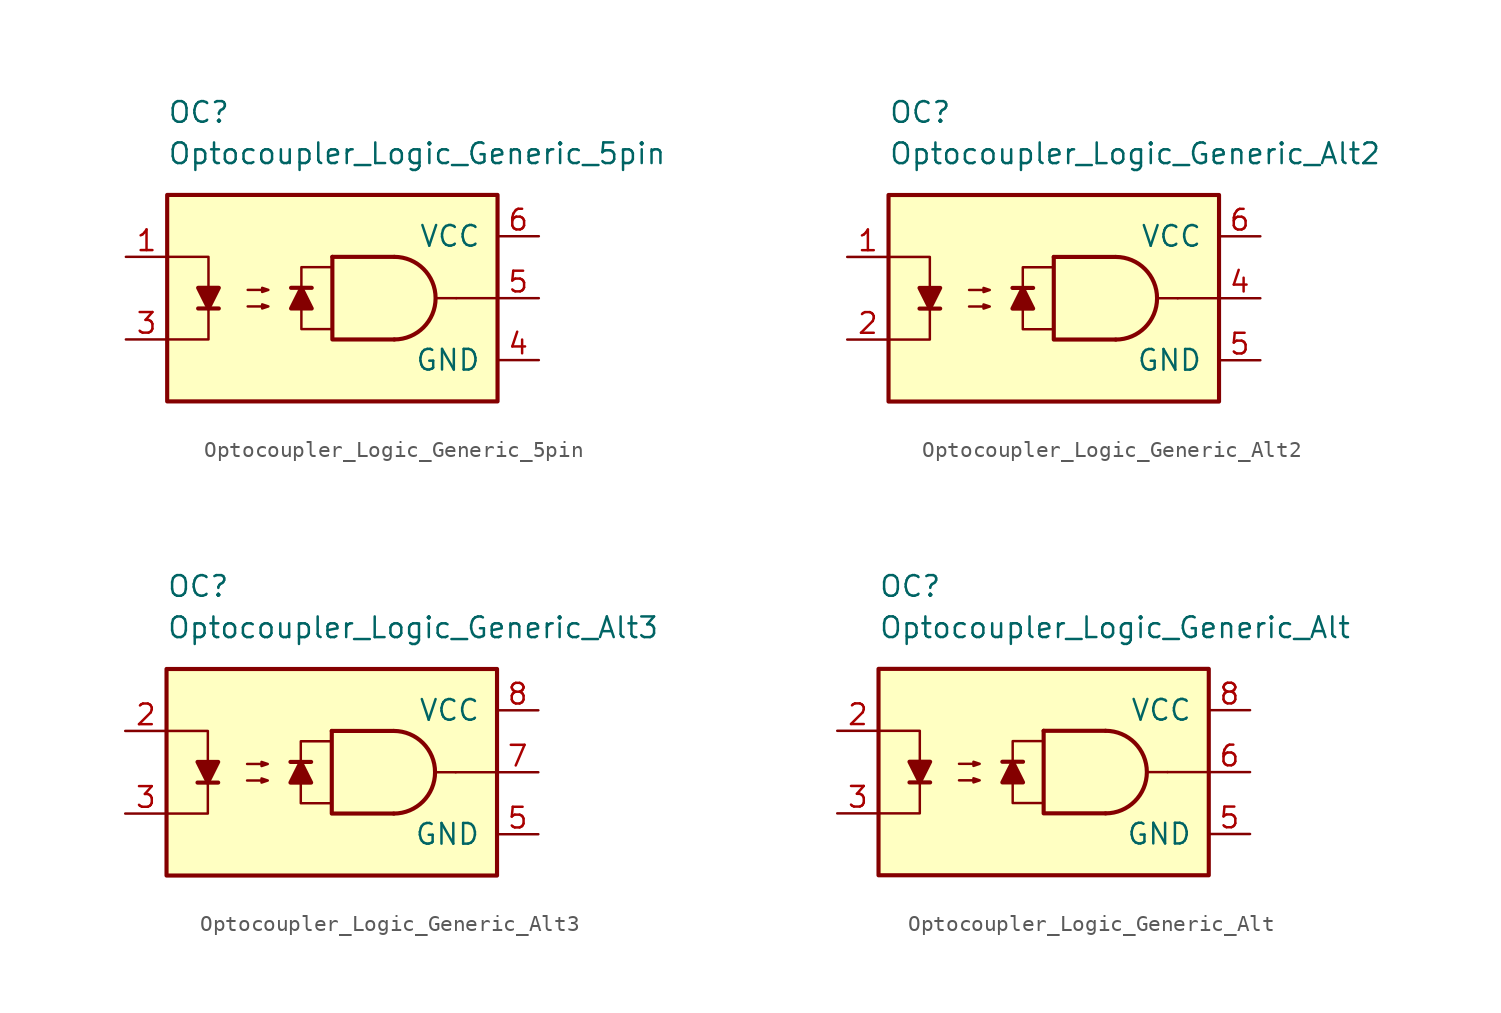
<source format=kicad_sym>
(kicad_symbol_lib
  (version 20231120)
  (generator "kicad_symbol_editor")
  (generator_version "8.0")
  (symbol "Optocoupler_Logic_Generic_5pin"
    (pin_names
      (offset 1.016))
    (property "Reference" "OC"
      (at -10.16 11.43 0)
      (effects (font (size 1.27 1.27)) (justify left)))
    (property "Value" "Optocoupler_Logic_Generic_5pin"
      (at -10.16 8.89 0)
      (effects (font (size 1.27 1.27)) (justify left)))
    (symbol "Optocoupler_Logic_Generic_5pin_0_0"
      (rectangle (start -10.16 6.35) (end 10.16 -6.35) (stroke (width 0.254) (type default)) (fill (type background)))
      (polyline (pts (xy 7.62 0) (xy 6.35 0)) (stroke (width 0) (type default)) (fill (type none)))
      (polyline (pts (xy 10.16 0) (xy 7.62 0)) (stroke (width 0) (type default)) (fill (type none))))
    (symbol "Optocoupler_Logic_Generic_5pin_0_1"
      (polyline (pts (xy -8.255 -0.635) (xy -6.985 -0.635)) (stroke (width 0.254) (type default)) (fill (type none)))
      (polyline (pts (xy 0 2.54) (xy 3.81 2.54)) (stroke (width 0.254) (type default)) (fill (type none)))
      (polyline (pts (xy -10.16 2.54) (xy -7.62 2.54) (xy -7.62 -0.635)) (stroke (width 0) (type default)) (fill (type none)))
      (polyline (pts (xy -7.62 -0.635) (xy -7.62 -2.54) (xy -10.16 -2.54)) (stroke (width 0) (type default)) (fill (type none)))
      (polyline (pts (xy 0 2.54) (xy 0 -2.54) (xy 3.81 -2.54)) (stroke (width 0.254) (type default)) (fill (type none)))
      (polyline (pts (xy -7.62 -0.635) (xy -8.255 0.635) (xy -6.985 0.635) (xy -7.62 -0.635)) (stroke (width 0.254) (type default)) (fill (type outline)))
      (polyline (pts (xy -5.207 -0.508) (xy -3.937 -0.508) (xy -4.318 -0.635) (xy -4.318 -0.381) (xy -3.937 -0.508)) (stroke (width 0) (type default)) (fill (type none)))
      (polyline (pts (xy -5.207 0.508) (xy -3.937 0.508) (xy -4.318 0.381) (xy -4.318 0.635) (xy -3.937 0.508)) (stroke (width 0) (type default)) (fill (type none)))
      (arc (start 3.81 -2.54) (mid 6.339 0) (end 3.81 2.54) (stroke (width 0.254) (type default)) (fill (type none))))
    (symbol "Optocoupler_Logic_Generic_5pin_1_1"
      (polyline (pts (xy -1.27 0.635) (xy -2.54 0.635)) (stroke (width 0.254) (type default)) (fill (type none)))
      (polyline (pts (xy -1.905 0.635) (xy -1.27 -0.635) (xy -2.54 -0.635) (xy -1.905 0.635)) (stroke (width 0.254) (type default)) (fill (type outline)))
      (polyline (pts (xy 0 -1.905) (xy -1.905 -1.905) (xy -1.905 1.905) (xy 0 1.905)) (stroke (width 0.152) (type default)) (fill (type none)))
      (pin passive line (at -12.7 2.54 0) (length 2.54) (name "~" (effects (font (size 1.27 1.27)))) (number "1" (effects (font (size 1.27 1.27)))))
      (pin passive line (at -12.7 -2.54 0) (length 2.54) (name "~" (effects (font (size 1.27 1.27)))) (number "3" (effects (font (size 1.27 1.27)))))
      (pin power_in line (at 12.7 -3.81 180) (length 2.54) (name "GND" (effects (font (size 1.27 1.27)))) (number "4" (effects (font (size 1.27 1.27)))))
      (pin output line (at 12.7 0 180) (length 2.54) (name "~" (effects (font (size 1.27 1.27)))) (number "5" (effects (font (size 1.27 1.27)))))
      (pin power_in line (at 12.7 3.81 180) (length 2.54) (name "VCC" (effects (font (size 1.27 1.27)))) (number "6" (effects (font (size 1.27 1.27)))))))
  (symbol "Optocoupler_Logic_Generic_Alt2"
    (pin_names
      (offset 1.016))
    (property "Reference" "OC"
      (at -10.16 11.43 0)
      (effects (font (size 1.27 1.27)) (justify left)))
    (property "Value" "Optocoupler_Logic_Generic_Alt2"
      (at -10.16 8.89 0)
      (effects (font (size 1.27 1.27)) (justify left)))
    (symbol "Optocoupler_Logic_Generic_Alt2_0_0"
      (rectangle (start -10.16 6.35) (end 10.16 -6.35) (stroke (width 0.254) (type default)) (fill (type background)))
      (polyline (pts (xy 7.62 0) (xy 6.35 0)) (stroke (width 0) (type default)) (fill (type none)))
      (polyline (pts (xy 10.16 0) (xy 7.62 0)) (stroke (width 0) (type default)) (fill (type none))))
    (symbol "Optocoupler_Logic_Generic_Alt2_0_1"
      (polyline (pts (xy -8.255 -0.635) (xy -6.985 -0.635)) (stroke (width 0.254) (type default)) (fill (type none)))
      (polyline (pts (xy 0 2.54) (xy 3.81 2.54)) (stroke (width 0.254) (type default)) (fill (type none)))
      (polyline (pts (xy -10.16 2.54) (xy -7.62 2.54) (xy -7.62 -0.635)) (stroke (width 0) (type default)) (fill (type none)))
      (polyline (pts (xy -7.62 -0.635) (xy -7.62 -2.54) (xy -10.16 -2.54)) (stroke (width 0) (type default)) (fill (type none)))
      (polyline (pts (xy 0 2.54) (xy 0 -2.54) (xy 3.81 -2.54)) (stroke (width 0.254) (type default)) (fill (type none)))
      (polyline (pts (xy -7.62 -0.635) (xy -8.255 0.635) (xy -6.985 0.635) (xy -7.62 -0.635)) (stroke (width 0.254) (type default)) (fill (type outline)))
      (polyline (pts (xy -5.207 -0.508) (xy -3.937 -0.508) (xy -4.318 -0.635) (xy -4.318 -0.381) (xy -3.937 -0.508)) (stroke (width 0) (type default)) (fill (type none)))
      (polyline (pts (xy -5.207 0.508) (xy -3.937 0.508) (xy -4.318 0.381) (xy -4.318 0.635) (xy -3.937 0.508)) (stroke (width 0) (type default)) (fill (type none)))
      (arc (start 3.81 -2.54) (mid 6.339 0) (end 3.81 2.54) (stroke (width 0.254) (type default)) (fill (type none))))
    (symbol "Optocoupler_Logic_Generic_Alt2_1_1"
      (polyline (pts (xy -1.27 0.635) (xy -2.54 0.635)) (stroke (width 0.254) (type default)) (fill (type none)))
      (polyline (pts (xy -1.905 0.635) (xy -1.27 -0.635) (xy -2.54 -0.635) (xy -1.905 0.635)) (stroke (width 0.254) (type default)) (fill (type outline)))
      (polyline (pts (xy 0 -1.905) (xy -1.905 -1.905) (xy -1.905 1.905) (xy 0 1.905)) (stroke (width 0.152) (type default)) (fill (type none)))
      (pin passive line (at -12.7 2.54 0) (length 2.54) (name "~" (effects (font (size 1.27 1.27)))) (number "1" (effects (font (size 1.27 1.27)))))
      (pin passive line (at -12.7 -2.54 0) (length 2.54) (name "~" (effects (font (size 1.27 1.27)))) (number "2" (effects (font (size 1.27 1.27)))))
      (pin free line (at 0 0 0) (length 2.54) hide (name "NC" (effects (font (size 1.27 1.27)))) (number "3" (effects (font (size 1.27 1.27)))))
      (pin output line (at 12.7 0 180) (length 2.54) (name "~" (effects (font (size 1.27 1.27)))) (number "4" (effects (font (size 1.27 1.27)))))
      (pin power_in line (at 12.7 -3.81 180) (length 2.54) (name "GND" (effects (font (size 1.27 1.27)))) (number "5" (effects (font (size 1.27 1.27)))))
      (pin power_in line (at 12.7 3.81 180) (length 2.54) (name "VCC" (effects (font (size 1.27 1.27)))) (number "6" (effects (font (size 1.27 1.27)))))))
  (symbol "Optocoupler_Logic_Generic_Alt3"
    (pin_names
      (offset 1.016))
    (property "Reference" "OC"
      (at -10.16 11.43 0)
      (effects (font (size 1.27 1.27)) (justify left)))
    (property "Value" "Optocoupler_Logic_Generic_Alt3"
      (at -10.16 8.89 0)
      (effects (font (size 1.27 1.27)) (justify left)))
    (symbol "Optocoupler_Logic_Generic_Alt3_0_0"
      (rectangle (start -10.16 6.35) (end 10.16 -6.35) (stroke (width 0.254) (type default)) (fill (type background)))
      (polyline (pts (xy 7.62 0) (xy 6.35 0)) (stroke (width 0) (type default)) (fill (type none)))
      (polyline (pts (xy 10.16 0) (xy 7.62 0)) (stroke (width 0) (type default)) (fill (type none))))
    (symbol "Optocoupler_Logic_Generic_Alt3_0_1"
      (polyline (pts (xy -8.255 -0.635) (xy -6.985 -0.635)) (stroke (width 0.254) (type default)) (fill (type none)))
      (polyline (pts (xy 0 2.54) (xy 3.81 2.54)) (stroke (width 0.254) (type default)) (fill (type none)))
      (polyline (pts (xy -10.16 2.54) (xy -7.62 2.54) (xy -7.62 -0.635)) (stroke (width 0) (type default)) (fill (type none)))
      (polyline (pts (xy -7.62 -0.635) (xy -7.62 -2.54) (xy -10.16 -2.54)) (stroke (width 0) (type default)) (fill (type none)))
      (polyline (pts (xy 0 2.54) (xy 0 -2.54) (xy 3.81 -2.54)) (stroke (width 0.254) (type default)) (fill (type none)))
      (polyline (pts (xy -7.62 -0.635) (xy -8.255 0.635) (xy -6.985 0.635) (xy -7.62 -0.635)) (stroke (width 0.254) (type default)) (fill (type outline)))
      (polyline (pts (xy -5.207 -0.508) (xy -3.937 -0.508) (xy -4.318 -0.635) (xy -4.318 -0.381) (xy -3.937 -0.508)) (stroke (width 0) (type default)) (fill (type none)))
      (polyline (pts (xy -5.207 0.508) (xy -3.937 0.508) (xy -4.318 0.381) (xy -4.318 0.635) (xy -3.937 0.508)) (stroke (width 0) (type default)) (fill (type none)))
      (arc (start 3.81 -2.54) (mid 6.339 0) (end 3.81 2.54) (stroke (width 0.254) (type default)) (fill (type none))))
    (symbol "Optocoupler_Logic_Generic_Alt3_1_1"
      (polyline (pts (xy -1.27 0.635) (xy -2.54 0.635)) (stroke (width 0.254) (type default)) (fill (type none)))
      (polyline (pts (xy -1.905 0.635) (xy -1.27 -0.635) (xy -2.54 -0.635) (xy -1.905 0.635)) (stroke (width 0.254) (type default)) (fill (type outline)))
      (polyline (pts (xy 0 -1.905) (xy -1.905 -1.905) (xy -1.905 1.905) (xy 0 1.905)) (stroke (width 0.152) (type default)) (fill (type none)))
      (pin free line (at 0 2.54 0) (length 2.54) hide (name "NC" (effects (font (size 1.27 1.27)))) (number "1" (effects (font (size 1.27 1.27)))))
      (pin passive line (at -12.7 2.54 0) (length 2.54) (name "~" (effects (font (size 1.27 1.27)))) (number "2" (effects (font (size 1.27 1.27)))))
      (pin passive line (at -12.7 -2.54 0) (length 2.54) (name "~" (effects (font (size 1.27 1.27)))) (number "3" (effects (font (size 1.27 1.27)))))
      (pin free line (at 0 0 0) (length 2.54) hide (name "NC" (effects (font (size 1.27 1.27)))) (number "4" (effects (font (size 1.27 1.27)))))
      (pin power_in line (at 12.7 -3.81 180) (length 2.54) (name "GND" (effects (font (size 1.27 1.27)))) (number "5" (effects (font (size 1.27 1.27)))))
      (pin free line (at 0 -2.54 0) (length 2.54) hide (name "NC" (effects (font (size 1.27 1.27)))) (number "6" (effects (font (size 1.27 1.27)))))
      (pin power_out line (at 12.7 0 180) (length 2.54) (name "~" (effects (font (size 1.27 1.27)))) (number "7" (effects (font (size 1.27 1.27)))))
      (pin power_in line (at 12.7 3.81 180) (length 2.54) (name "VCC" (effects (font (size 1.27 1.27)))) (number "8" (effects (font (size 1.27 1.27)))))))
  (symbol "Optocoupler_Logic_Generic_Alt"
    (pin_names
      (offset 1.016))
    (property "Reference" "OC"
      (at -10.16 11.43 0)
      (effects (font (size 1.27 1.27)) (justify left)))
    (property "Value" "Optocoupler_Logic_Generic_Alt"
      (at -10.16 8.89 0)
      (effects (font (size 1.27 1.27)) (justify left)))
    (symbol "Optocoupler_Logic_Generic_Alt_0_0"
      (rectangle (start -10.16 6.35) (end 10.16 -6.35) (stroke (width 0.254) (type default)) (fill (type background)))
      (polyline (pts (xy 7.62 0) (xy 6.35 0)) (stroke (width 0) (type default)) (fill (type none)))
      (polyline (pts (xy 10.16 0) (xy 7.62 0)) (stroke (width 0) (type default)) (fill (type none))))
    (symbol "Optocoupler_Logic_Generic_Alt_0_1"
      (polyline (pts (xy -8.255 -0.635) (xy -6.985 -0.635)) (stroke (width 0.254) (type default)) (fill (type none)))
      (polyline (pts (xy 0 2.54) (xy 3.81 2.54)) (stroke (width 0.254) (type default)) (fill (type none)))
      (polyline (pts (xy -10.16 2.54) (xy -7.62 2.54) (xy -7.62 -0.635)) (stroke (width 0) (type default)) (fill (type none)))
      (polyline (pts (xy -7.62 -0.635) (xy -7.62 -2.54) (xy -10.16 -2.54)) (stroke (width 0) (type default)) (fill (type none)))
      (polyline (pts (xy 0 2.54) (xy 0 -2.54) (xy 3.81 -2.54)) (stroke (width 0.254) (type default)) (fill (type none)))
      (polyline (pts (xy -7.62 -0.635) (xy -8.255 0.635) (xy -6.985 0.635) (xy -7.62 -0.635)) (stroke (width 0.254) (type default)) (fill (type outline)))
      (polyline (pts (xy -5.207 -0.508) (xy -3.937 -0.508) (xy -4.318 -0.635) (xy -4.318 -0.381) (xy -3.937 -0.508)) (stroke (width 0) (type default)) (fill (type none)))
      (polyline (pts (xy -5.207 0.508) (xy -3.937 0.508) (xy -4.318 0.381) (xy -4.318 0.635) (xy -3.937 0.508)) (stroke (width 0) (type default)) (fill (type none)))
      (arc (start 3.81 -2.54) (mid 6.339 0) (end 3.81 2.54) (stroke (width 0.254) (type default)) (fill (type none))))
    (symbol "Optocoupler_Logic_Generic_Alt_1_1"
      (polyline (pts (xy -1.27 0.635) (xy -2.54 0.635)) (stroke (width 0.254) (type default)) (fill (type none)))
      (polyline (pts (xy -1.905 0.635) (xy -1.27 -0.635) (xy -2.54 -0.635) (xy -1.905 0.635)) (stroke (width 0.254) (type default)) (fill (type outline)))
      (polyline (pts (xy 0 -1.905) (xy -1.905 -1.905) (xy -1.905 1.905) (xy 0 1.905)) (stroke (width 0.152) (type default)) (fill (type none)))
      (pin free line (at 0 2.54 0) (length 2.54) hide (name "NC" (effects (font (size 1.27 1.27)))) (number "1" (effects (font (size 1.27 1.27)))))
      (pin passive line (at -12.7 2.54 0) (length 2.54) (name "~" (effects (font (size 1.27 1.27)))) (number "2" (effects (font (size 1.27 1.27)))))
      (pin passive line (at -12.7 -2.54 0) (length 2.54) (name "~" (effects (font (size 1.27 1.27)))) (number "3" (effects (font (size 1.27 1.27)))))
      (pin free line (at 0 0 0) (length 2.54) hide (name "NC" (effects (font (size 1.27 1.27)))) (number "4" (effects (font (size 1.27 1.27)))))
      (pin power_in line (at 12.7 -3.81 180) (length 2.54) (name "GND" (effects (font (size 1.27 1.27)))) (number "5" (effects (font (size 1.27 1.27)))))
      (pin output line (at 12.7 0 180) (length 2.54) (name "~" (effects (font (size 1.27 1.27)))) (number "6" (effects (font (size 1.27 1.27)))))
      (pin free line (at 0 -2.54 0) (length 2.54) hide (name "NC" (effects (font (size 1.27 1.27)))) (number "7" (effects (font (size 1.27 1.27)))))
      (pin power_in line (at 12.7 3.81 180) (length 2.54) (name "VCC" (effects (font (size 1.27 1.27)))) (number "8" (effects (font (size 1.27 1.27))))))))
</source>
